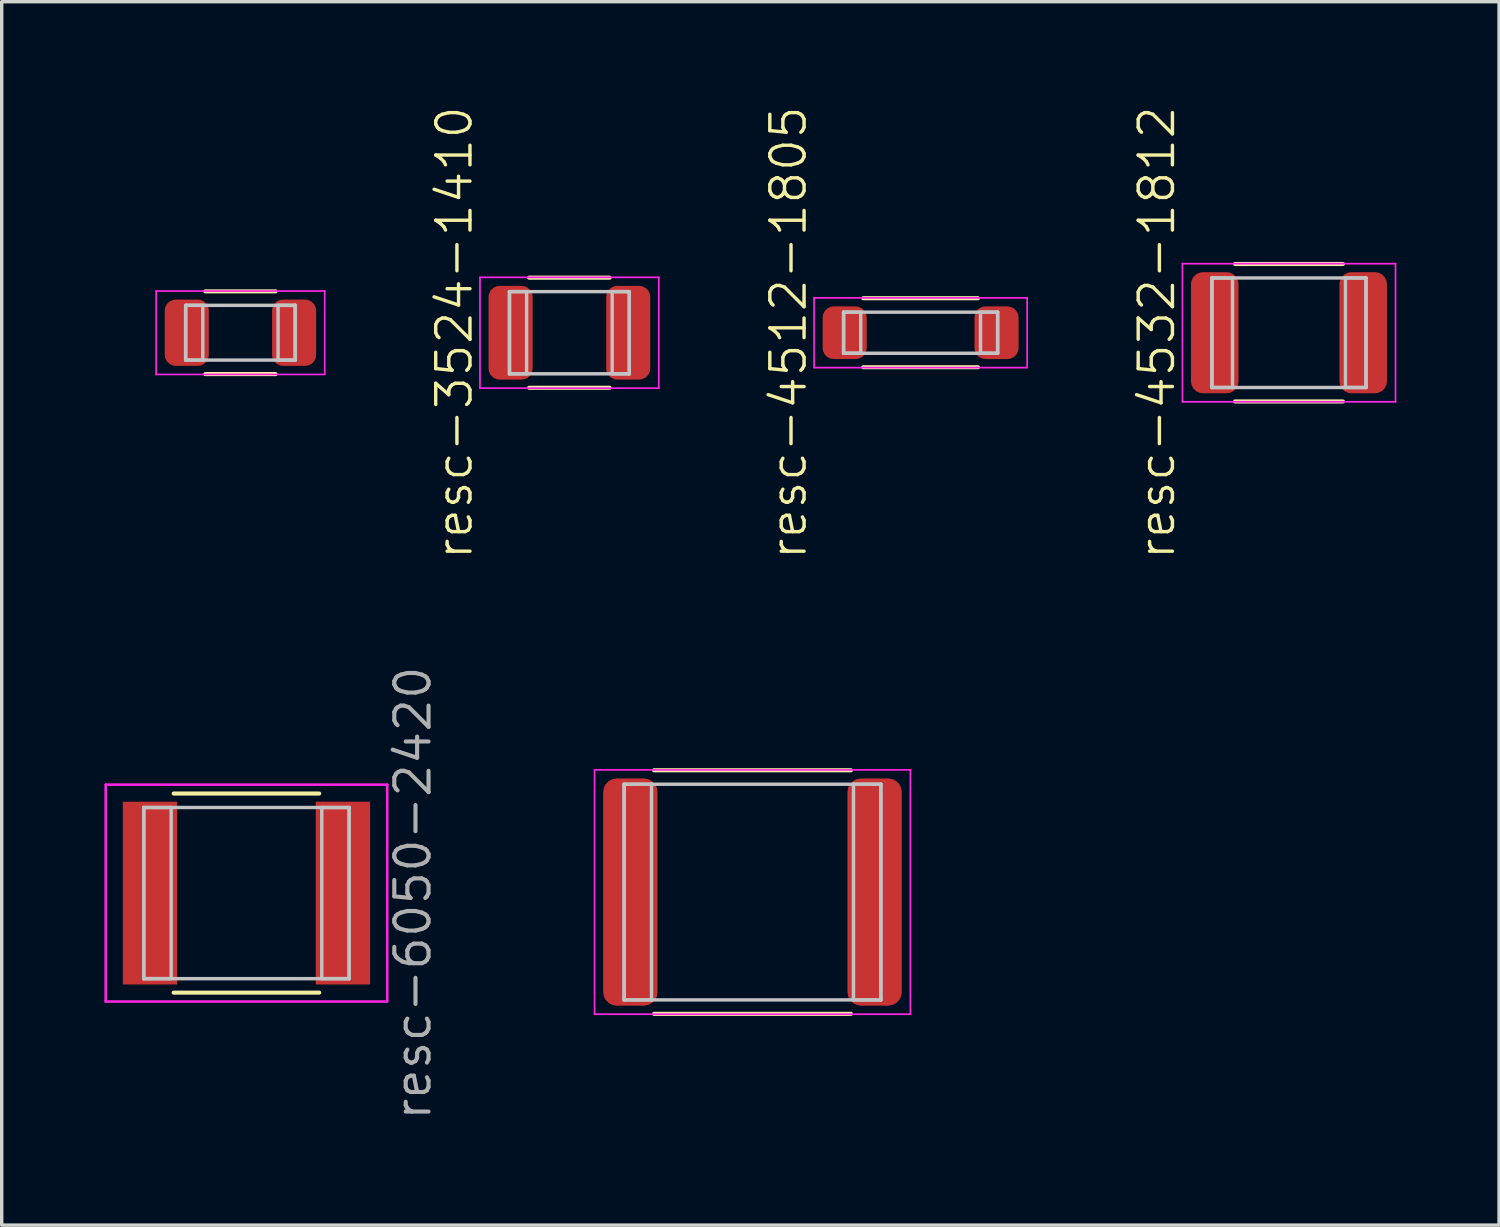
<source format=kicad_pcb>
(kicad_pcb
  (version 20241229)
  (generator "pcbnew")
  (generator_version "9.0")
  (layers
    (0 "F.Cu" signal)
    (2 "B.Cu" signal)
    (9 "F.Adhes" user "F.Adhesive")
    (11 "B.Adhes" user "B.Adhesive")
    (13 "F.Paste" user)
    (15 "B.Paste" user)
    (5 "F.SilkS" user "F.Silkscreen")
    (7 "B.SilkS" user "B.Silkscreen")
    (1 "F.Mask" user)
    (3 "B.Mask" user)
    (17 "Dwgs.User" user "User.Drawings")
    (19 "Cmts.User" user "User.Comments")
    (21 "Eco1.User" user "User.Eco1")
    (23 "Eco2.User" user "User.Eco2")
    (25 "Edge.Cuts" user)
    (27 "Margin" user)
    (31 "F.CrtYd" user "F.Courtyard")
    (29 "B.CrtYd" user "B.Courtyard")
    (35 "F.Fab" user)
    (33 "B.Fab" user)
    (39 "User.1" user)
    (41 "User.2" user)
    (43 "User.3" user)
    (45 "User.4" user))
  (footprint "resc-7563-3025"
    (layer "F.Cu")
    (at 18.93 23.007)
    (property "Reference" "resc-7563-3025" (at -5.362 0 90) (layer "User.1") (effects (font (size 1 1) (thickness 0.1))))
    (attr through_hole)
    (fp_line (start -2.875 -3.558) (end 2.875 -3.558) (stroke (width 0.12) (type solid)) (layer "F.SilkS"))
    (fp_line (start -2.875 3.558) (end 2.875 3.558) (stroke (width 0.12) (type solid)) (layer "F.SilkS"))
    (fp_line (start -3.75 -3.15) (end -3.75 3.15) (stroke (width 0.1) (type solid)) (layer "Dwgs.User"))
    (fp_line (start -3.75 -3.15) (end -3.75 3.15) (stroke (width 0.1) (type solid)) (layer "Dwgs.User"))
    (fp_line (start -3.75 3.15) (end -2.95 3.15) (stroke (width 0.1) (type solid)) (layer "Dwgs.User"))
    (fp_line (start -3.75 3.15) (end 3.75 3.15) (stroke (width 0.1) (type solid)) (layer "Dwgs.User"))
    (fp_line (start -2.95 -3.15) (end -3.75 -3.15) (stroke (width 0.1) (type solid)) (layer "Dwgs.User"))
    (fp_line (start -2.95 3.15) (end -2.95 -3.15) (stroke (width 0.1) (type solid)) (layer "Dwgs.User"))
    (fp_line (start 2.95 -3.15) (end 2.95 3.15) (stroke (width 0.1) (type solid)) (layer "Dwgs.User"))
    (fp_line (start 2.95 3.15) (end 3.75 3.15) (stroke (width 0.1) (type solid)) (layer "Dwgs.User"))
    (fp_line (start 3.75 -3.15) (end -3.75 -3.15) (stroke (width 0.1) (type solid)) (layer "Dwgs.User"))
    (fp_line (start 3.75 -3.15) (end 2.95 -3.15) (stroke (width 0.1) (type solid)) (layer "Dwgs.User"))
    (fp_line (start 3.75 3.15) (end 3.75 -3.15) (stroke (width 0.1) (type solid)) (layer "Dwgs.User"))
    (fp_line (start 3.75 3.15) (end 3.75 -3.15) (stroke (width 0.1) (type solid)) (layer "Dwgs.User"))
    (fp_line (start -4.612 -3.568) (end -4.612 3.568) (stroke (width 0.05) (type solid)) (layer "F.CrtYd"))
    (fp_line (start -4.612 3.568) (end 4.612 3.568) (stroke (width 0.05) (type solid)) (layer "F.CrtYd"))
    (fp_line (start 4.612 -3.568) (end -4.612 -3.568) (stroke (width 0.05) (type solid)) (layer "F.CrtYd"))
    (fp_line (start 4.612 3.568) (end 4.612 -3.568) (stroke (width 0.05) (type solid)) (layer "F.CrtYd"))
    (pad "1" smd roundrect (at -3.568 0) (size 1.587 6.637) (layers "F.Cu" "F.Mask" "F.Paste") (roundrect_rratio 0.25))
    (pad "2" smd roundrect (at 3.568 0) (size 1.587 6.637) (layers "F.Cu" "F.Mask" "F.Paste") (roundrect_rratio 0.25)))
  (footprint "resc-4532-1812"
    (layer "F.Cu")
    (at 34.601 6.669)
    (property "Reference" "resc-4532-1812" (at -3.862 0 90) (layer "F.SilkS") (effects (font (size 1 1) (thickness 0.1))))
    (attr through_hole)
    (fp_line (start -1.575 -2.008) (end 1.575 -2.008) (stroke (width 0.12) (type solid)) (layer "F.SilkS"))
    (fp_line (start -1.575 2.008) (end 1.575 2.008) (stroke (width 0.12) (type solid)) (layer "F.SilkS"))
    (fp_line (start -2.25 -1.6) (end -2.25 1.6) (stroke (width 0.1) (type solid)) (layer "Dwgs.User"))
    (fp_line (start -2.25 -1.6) (end -2.25 1.6) (stroke (width 0.1) (type solid)) (layer "Dwgs.User"))
    (fp_line (start -2.25 1.6) (end -1.65 1.6) (stroke (width 0.1) (type solid)) (layer "Dwgs.User"))
    (fp_line (start -2.25 1.6) (end 2.25 1.6) (stroke (width 0.1) (type solid)) (layer "Dwgs.User"))
    (fp_line (start -1.65 -1.6) (end -2.25 -1.6) (stroke (width 0.1) (type solid)) (layer "Dwgs.User"))
    (fp_line (start -1.65 1.6) (end -1.65 -1.6) (stroke (width 0.1) (type solid)) (layer "Dwgs.User"))
    (fp_line (start 1.65 -1.6) (end 1.65 1.6) (stroke (width 0.1) (type solid)) (layer "Dwgs.User"))
    (fp_line (start 1.65 1.6) (end 2.25 1.6) (stroke (width 0.1) (type solid)) (layer "Dwgs.User"))
    (fp_line (start 2.25 -1.6) (end -2.25 -1.6) (stroke (width 0.1) (type solid)) (layer "Dwgs.User"))
    (fp_line (start 2.25 -1.6) (end 1.65 -1.6) (stroke (width 0.1) (type solid)) (layer "Dwgs.User"))
    (fp_line (start 2.25 1.6) (end 2.25 -1.6) (stroke (width 0.1) (type solid)) (layer "Dwgs.User"))
    (fp_line (start 2.25 1.6) (end 2.25 -1.6) (stroke (width 0.1) (type solid)) (layer "Dwgs.User"))
    (fp_line (start -3.112 -2.018) (end -3.112 2.018) (stroke (width 0.05) (type solid)) (layer "F.CrtYd"))
    (fp_line (start -3.112 2.018) (end 3.112 2.018) (stroke (width 0.05) (type solid)) (layer "F.CrtYd"))
    (fp_line (start 3.112 -2.018) (end -3.112 -2.018) (stroke (width 0.05) (type solid)) (layer "F.CrtYd"))
    (fp_line (start 3.112 2.018) (end 3.112 -2.018) (stroke (width 0.05) (type solid)) (layer "F.CrtYd"))
    (pad "1" smd roundrect (at -2.168 0) (size 1.387 3.537) (layers "F.Cu" "F.Mask" "F.Paste") (roundrect_rratio 0.25))
    (pad "2" smd roundrect (at 2.168 0) (size 1.387 3.537) (layers "F.Cu" "F.Mask" "F.Paste") (roundrect_rratio 0.25)))
  (footprint "resc-3216-1206"
    (layer "F.Cu")
    (at 3.973 6.669)
    (property "Reference" "resc-3216-1206" (at -3.212 0 90) (layer "User.1") (effects (font (size 1 1) (thickness 0.1))))
    (attr through_hole)
    (fp_line (start -1.025 -1.208) (end 1.025 -1.208) (stroke (width 0.12) (type solid)) (layer "F.SilkS"))
    (fp_line (start -1.025 1.208) (end 1.025 1.208) (stroke (width 0.12) (type solid)) (layer "F.SilkS"))
    (fp_line (start -1.6 -0.8) (end -1.6 0.8) (stroke (width 0.1) (type solid)) (layer "Dwgs.User"))
    (fp_line (start -1.6 -0.8) (end -1.6 0.8) (stroke (width 0.1) (type solid)) (layer "Dwgs.User"))
    (fp_line (start -1.6 0.8) (end -1.1 0.8) (stroke (width 0.1) (type solid)) (layer "Dwgs.User"))
    (fp_line (start -1.6 0.8) (end 1.6 0.8) (stroke (width 0.1) (type solid)) (layer "Dwgs.User"))
    (fp_line (start -1.1 -0.8) (end -1.6 -0.8) (stroke (width 0.1) (type solid)) (layer "Dwgs.User"))
    (fp_line (start -1.1 0.8) (end -1.1 -0.8) (stroke (width 0.1) (type solid)) (layer "Dwgs.User"))
    (fp_line (start 1.1 -0.8) (end 1.1 0.8) (stroke (width 0.1) (type solid)) (layer "Dwgs.User"))
    (fp_line (start 1.1 0.8) (end 1.6 0.8) (stroke (width 0.1) (type solid)) (layer "Dwgs.User"))
    (fp_line (start 1.6 -0.8) (end -1.6 -0.8) (stroke (width 0.1) (type solid)) (layer "Dwgs.User"))
    (fp_line (start 1.6 -0.8) (end 1.1 -0.8) (stroke (width 0.1) (type solid)) (layer "Dwgs.User"))
    (fp_line (start 1.6 0.8) (end 1.6 -0.8) (stroke (width 0.1) (type solid)) (layer "Dwgs.User"))
    (fp_line (start 1.6 0.8) (end 1.6 -0.8) (stroke (width 0.1) (type solid)) (layer "Dwgs.User"))
    (fp_line (start -2.462 -1.218) (end -2.462 1.218) (stroke (width 0.05) (type solid)) (layer "F.CrtYd"))
    (fp_line (start -2.462 1.218) (end 2.462 1.218) (stroke (width 0.05) (type solid)) (layer "F.CrtYd"))
    (fp_line (start 2.462 -1.218) (end -2.462 -1.218) (stroke (width 0.05) (type solid)) (layer "F.CrtYd"))
    (fp_line (start 2.462 1.218) (end 2.462 -1.218) (stroke (width 0.05) (type solid)) (layer "F.CrtYd"))
    (pad "1" smd roundrect (at -1.568 0) (size 1.287 1.937) (layers "F.Cu" "F.Mask" "F.Paste") (roundrect_rratio 0.25))
    (pad "2" smd roundrect (at 1.568 0) (size 1.287 1.937) (layers "F.Cu" "F.Mask" "F.Paste") (roundrect_rratio 0.25)))
  (footprint "resc-6050-2420"
    (layer "F.Cu")
    (at 4.149 23.037)
    (property "Reference" "resc-6050-2420" (at 4.862 0 90) (layer "F.Fab") (effects (font (size 1 1) (thickness 0.12))))
    (attr through_hole)
    (fp_line (start -2.125 -2.908) (end 2.125 -2.908) (stroke (width 0.12) (type solid)) (layer "F.SilkS"))
    (fp_line (start -2.125 2.908) (end 2.125 2.908) (stroke (width 0.12) (type solid)) (layer "F.SilkS"))
    (fp_line (start -3 -2.5) (end -3 2.5) (stroke (width 0.1) (type solid)) (layer "Dwgs.User"))
    (fp_line (start -3 -2.5) (end -3 2.5) (stroke (width 0.1) (type solid)) (layer "Dwgs.User"))
    (fp_line (start -3 2.5) (end -2.2 2.5) (stroke (width 0.1) (type solid)) (layer "Dwgs.User"))
    (fp_line (start -3 2.5) (end 3 2.5) (stroke (width 0.1) (type solid)) (layer "Dwgs.User"))
    (fp_line (start -2.2 -2.5) (end -3 -2.5) (stroke (width 0.1) (type solid)) (layer "Dwgs.User"))
    (fp_line (start -2.2 2.5) (end -2.2 -2.5) (stroke (width 0.1) (type solid)) (layer "Dwgs.User"))
    (fp_line (start 2.2 -2.5) (end 2.2 2.5) (stroke (width 0.1) (type solid)) (layer "Dwgs.User"))
    (fp_line (start 2.2 2.5) (end 3 2.5) (stroke (width 0.1) (type solid)) (layer "Dwgs.User"))
    (fp_line (start 3 -2.5) (end -3 -2.5) (stroke (width 0.1) (type solid)) (layer "Dwgs.User"))
    (fp_line (start 3 -2.5) (end 2.2 -2.5) (stroke (width 0.1) (type solid)) (layer "Dwgs.User"))
    (fp_line (start 3 2.5) (end 3 -2.5) (stroke (width 0.1) (type solid)) (layer "Dwgs.User"))
    (fp_line (start 3 2.5) (end 3 -2.5) (stroke (width 0.1) (type solid)) (layer "Dwgs.User"))
    (fp_line (start -4.112 -3.168) (end -4.112 3.168) (stroke (width 0.075) (type solid)) (layer "F.CrtYd"))
    (fp_line (start -4.112 3.168) (end 4.112 3.168) (stroke (width 0.075) (type solid)) (layer "F.CrtYd"))
    (fp_line (start 4.112 -3.168) (end -4.112 -3.168) (stroke (width 0.075) (type solid)) (layer "F.CrtYd"))
    (fp_line (start 4.112 3.168) (end 4.112 -3.168) (stroke (width 0.075) (type solid)) (layer "F.CrtYd"))
    (pad "1" smd rect (at -2.818 0) (size 1.587 5.337) (layers "F.Cu" "F.Mask" "F.Paste"))
    (pad "2" smd rect (at 2.818 0) (size 1.587 5.337) (layers "F.Cu" "F.Mask" "F.Paste")))
  (footprint "resc-3524-1410"
    (layer "F.Cu")
    (at 13.582 6.669)
    (property "Reference" "resc-3524-1410" (at -3.362 0 90) (layer "F.SilkS") (effects (font (size 1 1) (thickness 0.1))))
    (attr through_hole)
    (fp_line (start -1.175 -1.608) (end 1.175 -1.608) (stroke (width 0.12) (type solid)) (layer "F.SilkS"))
    (fp_line (start -1.175 1.608) (end 1.175 1.608) (stroke (width 0.12) (type solid)) (layer "F.SilkS"))
    (fp_line (start -1.75 -1.2) (end -1.75 1.2) (stroke (width 0.1) (type solid)) (layer "Dwgs.User"))
    (fp_line (start -1.75 -1.2) (end -1.75 1.2) (stroke (width 0.1) (type solid)) (layer "Dwgs.User"))
    (fp_line (start -1.75 1.2) (end -1.25 1.2) (stroke (width 0.1) (type solid)) (layer "Dwgs.User"))
    (fp_line (start -1.75 1.2) (end 1.75 1.2) (stroke (width 0.1) (type solid)) (layer "Dwgs.User"))
    (fp_line (start -1.25 -1.2) (end -1.75 -1.2) (stroke (width 0.1) (type solid)) (layer "Dwgs.User"))
    (fp_line (start -1.25 1.2) (end -1.25 -1.2) (stroke (width 0.1) (type solid)) (layer "Dwgs.User"))
    (fp_line (start 1.25 -1.2) (end 1.25 1.2) (stroke (width 0.1) (type solid)) (layer "Dwgs.User"))
    (fp_line (start 1.25 1.2) (end 1.75 1.2) (stroke (width 0.1) (type solid)) (layer "Dwgs.User"))
    (fp_line (start 1.75 -1.2) (end -1.75 -1.2) (stroke (width 0.1) (type solid)) (layer "Dwgs.User"))
    (fp_line (start 1.75 -1.2) (end 1.25 -1.2) (stroke (width 0.1) (type solid)) (layer "Dwgs.User"))
    (fp_line (start 1.75 1.2) (end 1.75 -1.2) (stroke (width 0.1) (type solid)) (layer "Dwgs.User"))
    (fp_line (start 1.75 1.2) (end 1.75 -1.2) (stroke (width 0.1) (type solid)) (layer "Dwgs.User"))
    (fp_line (start -2.612 -1.618) (end -2.612 1.618) (stroke (width 0.05) (type solid)) (layer "F.CrtYd"))
    (fp_line (start -2.612 1.618) (end 2.612 1.618) (stroke (width 0.05) (type solid)) (layer "F.CrtYd"))
    (fp_line (start 2.612 -1.618) (end -2.612 -1.618) (stroke (width 0.05) (type solid)) (layer "F.CrtYd"))
    (fp_line (start 2.612 1.618) (end 2.612 -1.618) (stroke (width 0.05) (type solid)) (layer "F.CrtYd"))
    (pad "1" smd roundrect (at -1.718 0) (size 1.287 2.737) (layers "F.Cu" "F.Mask" "F.Paste") (roundrect_rratio 0.25))
    (pad "2" smd roundrect (at 1.718 0) (size 1.287 2.737) (layers "F.Cu" "F.Mask" "F.Paste") (roundrect_rratio 0.25)))
  (footprint "resc-4512-1805"
    (layer "F.Cu")
    (at 23.841 6.669)
    (property "Reference" "resc-4512-1805" (at -3.862 0 90) (layer "F.SilkS") (effects (font (size 1 1) (thickness 0.1))))
    (attr through_hole)
    (fp_line (start -1.675 -1.008) (end 1.675 -1.008) (stroke (width 0.12) (type solid)) (layer "F.SilkS"))
    (fp_line (start -1.675 1.008) (end 1.675 1.008) (stroke (width 0.12) (type solid)) (layer "F.SilkS"))
    (fp_line (start -2.25 -0.6) (end -2.25 0.6) (stroke (width 0.1) (type solid)) (layer "Dwgs.User"))
    (fp_line (start -2.25 -0.6) (end -2.25 0.6) (stroke (width 0.1) (type solid)) (layer "Dwgs.User"))
    (fp_line (start -2.25 0.6) (end -1.75 0.6) (stroke (width 0.1) (type solid)) (layer "Dwgs.User"))
    (fp_line (start -2.25 0.6) (end 2.25 0.6) (stroke (width 0.1) (type solid)) (layer "Dwgs.User"))
    (fp_line (start -1.75 -0.6) (end -2.25 -0.6) (stroke (width 0.1) (type solid)) (layer "Dwgs.User"))
    (fp_line (start -1.75 0.6) (end -1.75 -0.6) (stroke (width 0.1) (type solid)) (layer "Dwgs.User"))
    (fp_line (start 1.75 -0.6) (end 1.75 0.6) (stroke (width 0.1) (type solid)) (layer "Dwgs.User"))
    (fp_line (start 1.75 0.6) (end 2.25 0.6) (stroke (width 0.1) (type solid)) (layer "Dwgs.User"))
    (fp_line (start 2.25 -0.6) (end -2.25 -0.6) (stroke (width 0.1) (type solid)) (layer "Dwgs.User"))
    (fp_line (start 2.25 -0.6) (end 1.75 -0.6) (stroke (width 0.1) (type solid)) (layer "Dwgs.User"))
    (fp_line (start 2.25 0.6) (end 2.25 -0.6) (stroke (width 0.1) (type solid)) (layer "Dwgs.User"))
    (fp_line (start 2.25 0.6) (end 2.25 -0.6) (stroke (width 0.1) (type solid)) (layer "Dwgs.User"))
    (fp_line (start -3.112 -1.018) (end -3.112 1.018) (stroke (width 0.05) (type solid)) (layer "F.CrtYd"))
    (fp_line (start -3.112 1.018) (end 3.112 1.018) (stroke (width 0.05) (type solid)) (layer "F.CrtYd"))
    (fp_line (start 3.112 -1.018) (end -3.112 -1.018) (stroke (width 0.05) (type solid)) (layer "F.CrtYd"))
    (fp_line (start 3.112 1.018) (end 3.112 -1.018) (stroke (width 0.05) (type solid)) (layer "F.CrtYd"))
    (pad "1" smd roundrect (at -2.218 0) (size 1.287 1.537) (layers "F.Cu" "F.Mask" "F.Paste") (roundrect_rratio 0.25))
    (pad "2" smd roundrect (at 2.218 0) (size 1.287 1.537) (layers "F.Cu" "F.Mask" "F.Paste") (roundrect_rratio 0.25)))
  (gr_rect
    (start -3 -3)
    (end 40.738 32.736)
    (stroke (width 0.1) (type default))
    (fill no)
    (layer "Edge.Cuts")))
</source>
